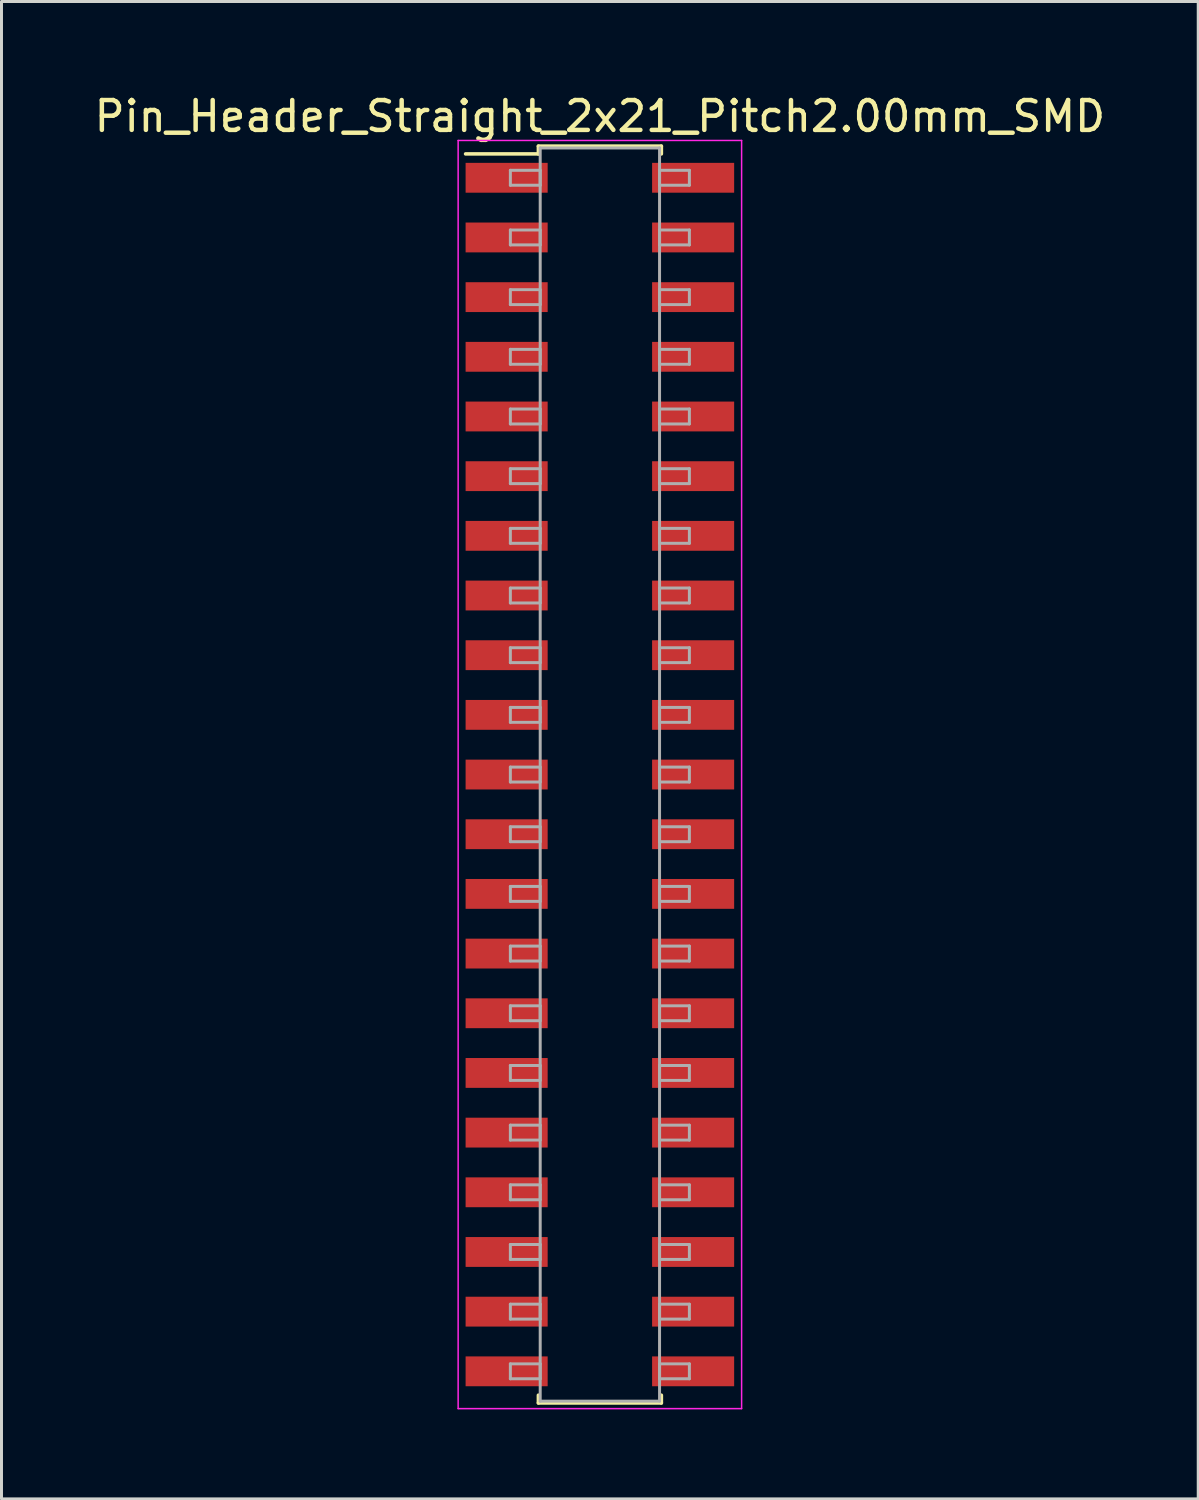
<source format=kicad_pcb>
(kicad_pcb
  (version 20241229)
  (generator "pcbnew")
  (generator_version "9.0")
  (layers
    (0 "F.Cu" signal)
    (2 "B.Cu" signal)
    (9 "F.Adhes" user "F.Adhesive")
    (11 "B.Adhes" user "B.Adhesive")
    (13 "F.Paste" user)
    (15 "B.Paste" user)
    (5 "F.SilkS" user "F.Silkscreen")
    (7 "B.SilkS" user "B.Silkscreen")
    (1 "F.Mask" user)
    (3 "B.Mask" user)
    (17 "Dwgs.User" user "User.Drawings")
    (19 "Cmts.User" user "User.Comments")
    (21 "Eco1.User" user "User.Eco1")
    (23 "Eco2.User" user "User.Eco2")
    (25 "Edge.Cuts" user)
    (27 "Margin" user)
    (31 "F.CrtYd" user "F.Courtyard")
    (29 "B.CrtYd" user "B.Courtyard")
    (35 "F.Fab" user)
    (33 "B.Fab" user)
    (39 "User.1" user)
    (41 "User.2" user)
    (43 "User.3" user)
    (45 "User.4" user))
  (footprint "Pin_Header_Straight_2x21_Pitch2.00mm_SMD"
    (layer "F.Cu")
    (at 17.054 22.908)
    (property "Reference" "Pin_Header_Straight_2x21_Pitch2.00mm_SMD" (at 0 -22.06 0) (layer "F.SilkS") (effects (font (size 1 1) (thickness 0.15))))
    (attr smd)
    (fp_line (start -4.5 -20.8) (end -2.06 -20.8) (stroke (width 0.12) (type solid)) (layer "F.SilkS"))
    (fp_line (start -2.06 -21.06) (end 2.06 -21.06) (stroke (width 0.12) (type solid)) (layer "F.SilkS"))
    (fp_line (start -2.06 -20.8) (end -2.06 -21.06) (stroke (width 0.12) (type solid)) (layer "F.SilkS"))
    (fp_line (start -2.06 20.8) (end -2.06 21.06) (stroke (width 0.12) (type solid)) (layer "F.SilkS"))
    (fp_line (start -2.06 21.06) (end 2.06 21.06) (stroke (width 0.12) (type solid)) (layer "F.SilkS"))
    (fp_line (start 2.06 -21.06) (end 2.06 -20.8) (stroke (width 0.12) (type solid)) (layer "F.SilkS"))
    (fp_line (start 2.06 21.06) (end 2.06 20.8) (stroke (width 0.12) (type solid)) (layer "F.SilkS"))
    (fp_line (start -4.75 -21.25) (end -4.75 21.25) (stroke (width 0.05) (type solid)) (layer "F.CrtYd"))
    (fp_line (start -4.75 21.25) (end 4.75 21.25) (stroke (width 0.05) (type solid)) (layer "F.CrtYd"))
    (fp_line (start 4.75 -21.25) (end -4.75 -21.25) (stroke (width 0.05) (type solid)) (layer "F.CrtYd"))
    (fp_line (start 4.75 21.25) (end 4.75 -21.25) (stroke (width 0.05) (type solid)) (layer "F.CrtYd"))
    (fp_line (start -3 -20.25) (end -2 -20.25) (stroke (width 0.1) (type solid)) (layer "F.Fab"))
    (fp_line (start -3 -19.75) (end -3 -20.25) (stroke (width 0.1) (type solid)) (layer "F.Fab"))
    (fp_line (start -3 -18.25) (end -2 -18.25) (stroke (width 0.1) (type solid)) (layer "F.Fab"))
    (fp_line (start -3 -17.75) (end -3 -18.25) (stroke (width 0.1) (type solid)) (layer "F.Fab"))
    (fp_line (start -3 -16.25) (end -2 -16.25) (stroke (width 0.1) (type solid)) (layer "F.Fab"))
    (fp_line (start -3 -15.75) (end -3 -16.25) (stroke (width 0.1) (type solid)) (layer "F.Fab"))
    (fp_line (start -3 -14.25) (end -2 -14.25) (stroke (width 0.1) (type solid)) (layer "F.Fab"))
    (fp_line (start -3 -13.75) (end -3 -14.25) (stroke (width 0.1) (type solid)) (layer "F.Fab"))
    (fp_line (start -3 -12.25) (end -2 -12.25) (stroke (width 0.1) (type solid)) (layer "F.Fab"))
    (fp_line (start -3 -11.75) (end -3 -12.25) (stroke (width 0.1) (type solid)) (layer "F.Fab"))
    (fp_line (start -3 -10.25) (end -2 -10.25) (stroke (width 0.1) (type solid)) (layer "F.Fab"))
    (fp_line (start -3 -9.75) (end -3 -10.25) (stroke (width 0.1) (type solid)) (layer "F.Fab"))
    (fp_line (start -3 -8.25) (end -2 -8.25) (stroke (width 0.1) (type solid)) (layer "F.Fab"))
    (fp_line (start -3 -7.75) (end -3 -8.25) (stroke (width 0.1) (type solid)) (layer "F.Fab"))
    (fp_line (start -3 -6.25) (end -2 -6.25) (stroke (width 0.1) (type solid)) (layer "F.Fab"))
    (fp_line (start -3 -5.75) (end -3 -6.25) (stroke (width 0.1) (type solid)) (layer "F.Fab"))
    (fp_line (start -3 -4.25) (end -2 -4.25) (stroke (width 0.1) (type solid)) (layer "F.Fab"))
    (fp_line (start -3 -3.75) (end -3 -4.25) (stroke (width 0.1) (type solid)) (layer "F.Fab"))
    (fp_line (start -3 -2.25) (end -2 -2.25) (stroke (width 0.1) (type solid)) (layer "F.Fab"))
    (fp_line (start -3 -1.75) (end -3 -2.25) (stroke (width 0.1) (type solid)) (layer "F.Fab"))
    (fp_line (start -3 -0.25) (end -2 -0.25) (stroke (width 0.1) (type solid)) (layer "F.Fab"))
    (fp_line (start -3 0.25) (end -3 -0.25) (stroke (width 0.1) (type solid)) (layer "F.Fab"))
    (fp_line (start -3 1.75) (end -2 1.75) (stroke (width 0.1) (type solid)) (layer "F.Fab"))
    (fp_line (start -3 2.25) (end -3 1.75) (stroke (width 0.1) (type solid)) (layer "F.Fab"))
    (fp_line (start -3 3.75) (end -2 3.75) (stroke (width 0.1) (type solid)) (layer "F.Fab"))
    (fp_line (start -3 4.25) (end -3 3.75) (stroke (width 0.1) (type solid)) (layer "F.Fab"))
    (fp_line (start -3 5.75) (end -2 5.75) (stroke (width 0.1) (type solid)) (layer "F.Fab"))
    (fp_line (start -3 6.25) (end -3 5.75) (stroke (width 0.1) (type solid)) (layer "F.Fab"))
    (fp_line (start -3 7.75) (end -2 7.75) (stroke (width 0.1) (type solid)) (layer "F.Fab"))
    (fp_line (start -3 8.25) (end -3 7.75) (stroke (width 0.1) (type solid)) (layer "F.Fab"))
    (fp_line (start -3 9.75) (end -2 9.75) (stroke (width 0.1) (type solid)) (layer "F.Fab"))
    (fp_line (start -3 10.25) (end -3 9.75) (stroke (width 0.1) (type solid)) (layer "F.Fab"))
    (fp_line (start -3 11.75) (end -2 11.75) (stroke (width 0.1) (type solid)) (layer "F.Fab"))
    (fp_line (start -3 12.25) (end -3 11.75) (stroke (width 0.1) (type solid)) (layer "F.Fab"))
    (fp_line (start -3 13.75) (end -2 13.75) (stroke (width 0.1) (type solid)) (layer "F.Fab"))
    (fp_line (start -3 14.25) (end -3 13.75) (stroke (width 0.1) (type solid)) (layer "F.Fab"))
    (fp_line (start -3 15.75) (end -2 15.75) (stroke (width 0.1) (type solid)) (layer "F.Fab"))
    (fp_line (start -3 16.25) (end -3 15.75) (stroke (width 0.1) (type solid)) (layer "F.Fab"))
    (fp_line (start -3 17.75) (end -2 17.75) (stroke (width 0.1) (type solid)) (layer "F.Fab"))
    (fp_line (start -3 18.25) (end -3 17.75) (stroke (width 0.1) (type solid)) (layer "F.Fab"))
    (fp_line (start -3 19.75) (end -2 19.75) (stroke (width 0.1) (type solid)) (layer "F.Fab"))
    (fp_line (start -3 20.25) (end -3 19.75) (stroke (width 0.1) (type solid)) (layer "F.Fab"))
    (fp_line (start -2 -21) (end -2 21) (stroke (width 0.1) (type solid)) (layer "F.Fab"))
    (fp_line (start -2 -20.25) (end -2 -19.75) (stroke (width 0.1) (type solid)) (layer "F.Fab"))
    (fp_line (start -2 -19.75) (end -3 -19.75) (stroke (width 0.1) (type solid)) (layer "F.Fab"))
    (fp_line (start -2 -18.25) (end -2 -17.75) (stroke (width 0.1) (type solid)) (layer "F.Fab"))
    (fp_line (start -2 -17.75) (end -3 -17.75) (stroke (width 0.1) (type solid)) (layer "F.Fab"))
    (fp_line (start -2 -16.25) (end -2 -15.75) (stroke (width 0.1) (type solid)) (layer "F.Fab"))
    (fp_line (start -2 -15.75) (end -3 -15.75) (stroke (width 0.1) (type solid)) (layer "F.Fab"))
    (fp_line (start -2 -14.25) (end -2 -13.75) (stroke (width 0.1) (type solid)) (layer "F.Fab"))
    (fp_line (start -2 -13.75) (end -3 -13.75) (stroke (width 0.1) (type solid)) (layer "F.Fab"))
    (fp_line (start -2 -12.25) (end -2 -11.75) (stroke (width 0.1) (type solid)) (layer "F.Fab"))
    (fp_line (start -2 -11.75) (end -3 -11.75) (stroke (width 0.1) (type solid)) (layer "F.Fab"))
    (fp_line (start -2 -10.25) (end -2 -9.75) (stroke (width 0.1) (type solid)) (layer "F.Fab"))
    (fp_line (start -2 -9.75) (end -3 -9.75) (stroke (width 0.1) (type solid)) (layer "F.Fab"))
    (fp_line (start -2 -8.25) (end -2 -7.75) (stroke (width 0.1) (type solid)) (layer "F.Fab"))
    (fp_line (start -2 -7.75) (end -3 -7.75) (stroke (width 0.1) (type solid)) (layer "F.Fab"))
    (fp_line (start -2 -6.25) (end -2 -5.75) (stroke (width 0.1) (type solid)) (layer "F.Fab"))
    (fp_line (start -2 -5.75) (end -3 -5.75) (stroke (width 0.1) (type solid)) (layer "F.Fab"))
    (fp_line (start -2 -4.25) (end -2 -3.75) (stroke (width 0.1) (type solid)) (layer "F.Fab"))
    (fp_line (start -2 -3.75) (end -3 -3.75) (stroke (width 0.1) (type solid)) (layer "F.Fab"))
    (fp_line (start -2 -2.25) (end -2 -1.75) (stroke (width 0.1) (type solid)) (layer "F.Fab"))
    (fp_line (start -2 -1.75) (end -3 -1.75) (stroke (width 0.1) (type solid)) (layer "F.Fab"))
    (fp_line (start -2 -0.25) (end -2 0.25) (stroke (width 0.1) (type solid)) (layer "F.Fab"))
    (fp_line (start -2 0.25) (end -3 0.25) (stroke (width 0.1) (type solid)) (layer "F.Fab"))
    (fp_line (start -2 1.75) (end -2 2.25) (stroke (width 0.1) (type solid)) (layer "F.Fab"))
    (fp_line (start -2 2.25) (end -3 2.25) (stroke (width 0.1) (type solid)) (layer "F.Fab"))
    (fp_line (start -2 3.75) (end -2 4.25) (stroke (width 0.1) (type solid)) (layer "F.Fab"))
    (fp_line (start -2 4.25) (end -3 4.25) (stroke (width 0.1) (type solid)) (layer "F.Fab"))
    (fp_line (start -2 5.75) (end -2 6.25) (stroke (width 0.1) (type solid)) (layer "F.Fab"))
    (fp_line (start -2 6.25) (end -3 6.25) (stroke (width 0.1) (type solid)) (layer "F.Fab"))
    (fp_line (start -2 7.75) (end -2 8.25) (stroke (width 0.1) (type solid)) (layer "F.Fab"))
    (fp_line (start -2 8.25) (end -3 8.25) (stroke (width 0.1) (type solid)) (layer "F.Fab"))
    (fp_line (start -2 9.75) (end -2 10.25) (stroke (width 0.1) (type solid)) (layer "F.Fab"))
    (fp_line (start -2 10.25) (end -3 10.25) (stroke (width 0.1) (type solid)) (layer "F.Fab"))
    (fp_line (start -2 11.75) (end -2 12.25) (stroke (width 0.1) (type solid)) (layer "F.Fab"))
    (fp_line (start -2 12.25) (end -3 12.25) (stroke (width 0.1) (type solid)) (layer "F.Fab"))
    (fp_line (start -2 13.75) (end -2 14.25) (stroke (width 0.1) (type solid)) (layer "F.Fab"))
    (fp_line (start -2 14.25) (end -3 14.25) (stroke (width 0.1) (type solid)) (layer "F.Fab"))
    (fp_line (start -2 15.75) (end -2 16.25) (stroke (width 0.1) (type solid)) (layer "F.Fab"))
    (fp_line (start -2 16.25) (end -3 16.25) (stroke (width 0.1) (type solid)) (layer "F.Fab"))
    (fp_line (start -2 17.75) (end -2 18.25) (stroke (width 0.1) (type solid)) (layer "F.Fab"))
    (fp_line (start -2 18.25) (end -3 18.25) (stroke (width 0.1) (type solid)) (layer "F.Fab"))
    (fp_line (start -2 19.75) (end -2 20.25) (stroke (width 0.1) (type solid)) (layer "F.Fab"))
    (fp_line (start -2 20.25) (end -3 20.25) (stroke (width 0.1) (type solid)) (layer "F.Fab"))
    (fp_line (start -2 21) (end 2 21) (stroke (width 0.1) (type solid)) (layer "F.Fab"))
    (fp_line (start 2 -21) (end -2 -21) (stroke (width 0.1) (type solid)) (layer "F.Fab"))
    (fp_line (start 2 -20.25) (end 2 -19.75) (stroke (width 0.1) (type solid)) (layer "F.Fab"))
    (fp_line (start 2 -19.75) (end 3 -19.75) (stroke (width 0.1) (type solid)) (layer "F.Fab"))
    (fp_line (start 2 -18.25) (end 2 -17.75) (stroke (width 0.1) (type solid)) (layer "F.Fab"))
    (fp_line (start 2 -17.75) (end 3 -17.75) (stroke (width 0.1) (type solid)) (layer "F.Fab"))
    (fp_line (start 2 -16.25) (end 2 -15.75) (stroke (width 0.1) (type solid)) (layer "F.Fab"))
    (fp_line (start 2 -15.75) (end 3 -15.75) (stroke (width 0.1) (type solid)) (layer "F.Fab"))
    (fp_line (start 2 -14.25) (end 2 -13.75) (stroke (width 0.1) (type solid)) (layer "F.Fab"))
    (fp_line (start 2 -13.75) (end 3 -13.75) (stroke (width 0.1) (type solid)) (layer "F.Fab"))
    (fp_line (start 2 -12.25) (end 2 -11.75) (stroke (width 0.1) (type solid)) (layer "F.Fab"))
    (fp_line (start 2 -11.75) (end 3 -11.75) (stroke (width 0.1) (type solid)) (layer "F.Fab"))
    (fp_line (start 2 -10.25) (end 2 -9.75) (stroke (width 0.1) (type solid)) (layer "F.Fab"))
    (fp_line (start 2 -9.75) (end 3 -9.75) (stroke (width 0.1) (type solid)) (layer "F.Fab"))
    (fp_line (start 2 -8.25) (end 2 -7.75) (stroke (width 0.1) (type solid)) (layer "F.Fab"))
    (fp_line (start 2 -7.75) (end 3 -7.75) (stroke (width 0.1) (type solid)) (layer "F.Fab"))
    (fp_line (start 2 -6.25) (end 2 -5.75) (stroke (width 0.1) (type solid)) (layer "F.Fab"))
    (fp_line (start 2 -5.75) (end 3 -5.75) (stroke (width 0.1) (type solid)) (layer "F.Fab"))
    (fp_line (start 2 -4.25) (end 2 -3.75) (stroke (width 0.1) (type solid)) (layer "F.Fab"))
    (fp_line (start 2 -3.75) (end 3 -3.75) (stroke (width 0.1) (type solid)) (layer "F.Fab"))
    (fp_line (start 2 -2.25) (end 2 -1.75) (stroke (width 0.1) (type solid)) (layer "F.Fab"))
    (fp_line (start 2 -1.75) (end 3 -1.75) (stroke (width 0.1) (type solid)) (layer "F.Fab"))
    (fp_line (start 2 -0.25) (end 2 0.25) (stroke (width 0.1) (type solid)) (layer "F.Fab"))
    (fp_line (start 2 0.25) (end 3 0.25) (stroke (width 0.1) (type solid)) (layer "F.Fab"))
    (fp_line (start 2 1.75) (end 2 2.25) (stroke (width 0.1) (type solid)) (layer "F.Fab"))
    (fp_line (start 2 2.25) (end 3 2.25) (stroke (width 0.1) (type solid)) (layer "F.Fab"))
    (fp_line (start 2 3.75) (end 2 4.25) (stroke (width 0.1) (type solid)) (layer "F.Fab"))
    (fp_line (start 2 4.25) (end 3 4.25) (stroke (width 0.1) (type solid)) (layer "F.Fab"))
    (fp_line (start 2 5.75) (end 2 6.25) (stroke (width 0.1) (type solid)) (layer "F.Fab"))
    (fp_line (start 2 6.25) (end 3 6.25) (stroke (width 0.1) (type solid)) (layer "F.Fab"))
    (fp_line (start 2 7.75) (end 2 8.25) (stroke (width 0.1) (type solid)) (layer "F.Fab"))
    (fp_line (start 2 8.25) (end 3 8.25) (stroke (width 0.1) (type solid)) (layer "F.Fab"))
    (fp_line (start 2 9.75) (end 2 10.25) (stroke (width 0.1) (type solid)) (layer "F.Fab"))
    (fp_line (start 2 10.25) (end 3 10.25) (stroke (width 0.1) (type solid)) (layer "F.Fab"))
    (fp_line (start 2 11.75) (end 2 12.25) (stroke (width 0.1) (type solid)) (layer "F.Fab"))
    (fp_line (start 2 12.25) (end 3 12.25) (stroke (width 0.1) (type solid)) (layer "F.Fab"))
    (fp_line (start 2 13.75) (end 2 14.25) (stroke (width 0.1) (type solid)) (layer "F.Fab"))
    (fp_line (start 2 14.25) (end 3 14.25) (stroke (width 0.1) (type solid)) (layer "F.Fab"))
    (fp_line (start 2 15.75) (end 2 16.25) (stroke (width 0.1) (type solid)) (layer "F.Fab"))
    (fp_line (start 2 16.25) (end 3 16.25) (stroke (width 0.1) (type solid)) (layer "F.Fab"))
    (fp_line (start 2 17.75) (end 2 18.25) (stroke (width 0.1) (type solid)) (layer "F.Fab"))
    (fp_line (start 2 18.25) (end 3 18.25) (stroke (width 0.1) (type solid)) (layer "F.Fab"))
    (fp_line (start 2 19.75) (end 2 20.25) (stroke (width 0.1) (type solid)) (layer "F.Fab"))
    (fp_line (start 2 20.25) (end 3 20.25) (stroke (width 0.1) (type solid)) (layer "F.Fab"))
    (fp_line (start 2 21) (end 2 -21) (stroke (width 0.1) (type solid)) (layer "F.Fab"))
    (fp_line (start 3 -20.25) (end 2 -20.25) (stroke (width 0.1) (type solid)) (layer "F.Fab"))
    (fp_line (start 3 -19.75) (end 3 -20.25) (stroke (width 0.1) (type solid)) (layer "F.Fab"))
    (fp_line (start 3 -18.25) (end 2 -18.25) (stroke (width 0.1) (type solid)) (layer "F.Fab"))
    (fp_line (start 3 -17.75) (end 3 -18.25) (stroke (width 0.1) (type solid)) (layer "F.Fab"))
    (fp_line (start 3 -16.25) (end 2 -16.25) (stroke (width 0.1) (type solid)) (layer "F.Fab"))
    (fp_line (start 3 -15.75) (end 3 -16.25) (stroke (width 0.1) (type solid)) (layer "F.Fab"))
    (fp_line (start 3 -14.25) (end 2 -14.25) (stroke (width 0.1) (type solid)) (layer "F.Fab"))
    (fp_line (start 3 -13.75) (end 3 -14.25) (stroke (width 0.1) (type solid)) (layer "F.Fab"))
    (fp_line (start 3 -12.25) (end 2 -12.25) (stroke (width 0.1) (type solid)) (layer "F.Fab"))
    (fp_line (start 3 -11.75) (end 3 -12.25) (stroke (width 0.1) (type solid)) (layer "F.Fab"))
    (fp_line (start 3 -10.25) (end 2 -10.25) (stroke (width 0.1) (type solid)) (layer "F.Fab"))
    (fp_line (start 3 -9.75) (end 3 -10.25) (stroke (width 0.1) (type solid)) (layer "F.Fab"))
    (fp_line (start 3 -8.25) (end 2 -8.25) (stroke (width 0.1) (type solid)) (layer "F.Fab"))
    (fp_line (start 3 -7.75) (end 3 -8.25) (stroke (width 0.1) (type solid)) (layer "F.Fab"))
    (fp_line (start 3 -6.25) (end 2 -6.25) (stroke (width 0.1) (type solid)) (layer "F.Fab"))
    (fp_line (start 3 -5.75) (end 3 -6.25) (stroke (width 0.1) (type solid)) (layer "F.Fab"))
    (fp_line (start 3 -4.25) (end 2 -4.25) (stroke (width 0.1) (type solid)) (layer "F.Fab"))
    (fp_line (start 3 -3.75) (end 3 -4.25) (stroke (width 0.1) (type solid)) (layer "F.Fab"))
    (fp_line (start 3 -2.25) (end 2 -2.25) (stroke (width 0.1) (type solid)) (layer "F.Fab"))
    (fp_line (start 3 -1.75) (end 3 -2.25) (stroke (width 0.1) (type solid)) (layer "F.Fab"))
    (fp_line (start 3 -0.25) (end 2 -0.25) (stroke (width 0.1) (type solid)) (layer "F.Fab"))
    (fp_line (start 3 0.25) (end 3 -0.25) (stroke (width 0.1) (type solid)) (layer "F.Fab"))
    (fp_line (start 3 1.75) (end 2 1.75) (stroke (width 0.1) (type solid)) (layer "F.Fab"))
    (fp_line (start 3 2.25) (end 3 1.75) (stroke (width 0.1) (type solid)) (layer "F.Fab"))
    (fp_line (start 3 3.75) (end 2 3.75) (stroke (width 0.1) (type solid)) (layer "F.Fab"))
    (fp_line (start 3 4.25) (end 3 3.75) (stroke (width 0.1) (type solid)) (layer "F.Fab"))
    (fp_line (start 3 5.75) (end 2 5.75) (stroke (width 0.1) (type solid)) (layer "F.Fab"))
    (fp_line (start 3 6.25) (end 3 5.75) (stroke (width 0.1) (type solid)) (layer "F.Fab"))
    (fp_line (start 3 7.75) (end 2 7.75) (stroke (width 0.1) (type solid)) (layer "F.Fab"))
    (fp_line (start 3 8.25) (end 3 7.75) (stroke (width 0.1) (type solid)) (layer "F.Fab"))
    (fp_line (start 3 9.75) (end 2 9.75) (stroke (width 0.1) (type solid)) (layer "F.Fab"))
    (fp_line (start 3 10.25) (end 3 9.75) (stroke (width 0.1) (type solid)) (layer "F.Fab"))
    (fp_line (start 3 11.75) (end 2 11.75) (stroke (width 0.1) (type solid)) (layer "F.Fab"))
    (fp_line (start 3 12.25) (end 3 11.75) (stroke (width 0.1) (type solid)) (layer "F.Fab"))
    (fp_line (start 3 13.75) (end 2 13.75) (stroke (width 0.1) (type solid)) (layer "F.Fab"))
    (fp_line (start 3 14.25) (end 3 13.75) (stroke (width 0.1) (type solid)) (layer "F.Fab"))
    (fp_line (start 3 15.75) (end 2 15.75) (stroke (width 0.1) (type solid)) (layer "F.Fab"))
    (fp_line (start 3 16.25) (end 3 15.75) (stroke (width 0.1) (type solid)) (layer "F.Fab"))
    (fp_line (start 3 17.75) (end 2 17.75) (stroke (width 0.1) (type solid)) (layer "F.Fab"))
    (fp_line (start 3 18.25) (end 3 17.75) (stroke (width 0.1) (type solid)) (layer "F.Fab"))
    (fp_line (start 3 19.75) (end 2 19.75) (stroke (width 0.1) (type solid)) (layer "F.Fab"))
    (fp_line (start 3 20.25) (end 3 19.75) (stroke (width 0.1) (type solid)) (layer "F.Fab"))
    (pad "1" smd rect (at -3.125 -20) (size 2.75 1) (layers "F.Cu" "F.Mask"))
    (pad "2" smd rect (at 3.125 -20) (size 2.75 1) (layers "F.Cu" "F.Mask"))
    (pad "3" smd rect (at -3.125 -18) (size 2.75 1) (layers "F.Cu" "F.Mask"))
    (pad "4" smd rect (at 3.125 -18) (size 2.75 1) (layers "F.Cu" "F.Mask"))
    (pad "5" smd rect (at -3.125 -16) (size 2.75 1) (layers "F.Cu" "F.Mask"))
    (pad "6" smd rect (at 3.125 -16) (size 2.75 1) (layers "F.Cu" "F.Mask"))
    (pad "7" smd rect (at -3.125 -14) (size 2.75 1) (layers "F.Cu" "F.Mask"))
    (pad "8" smd rect (at 3.125 -14) (size 2.75 1) (layers "F.Cu" "F.Mask"))
    (pad "9" smd rect (at -3.125 -12) (size 2.75 1) (layers "F.Cu" "F.Mask"))
    (pad "10" smd rect (at 3.125 -12) (size 2.75 1) (layers "F.Cu" "F.Mask"))
    (pad "11" smd rect (at -3.125 -10) (size 2.75 1) (layers "F.Cu" "F.Mask"))
    (pad "12" smd rect (at 3.125 -10) (size 2.75 1) (layers "F.Cu" "F.Mask"))
    (pad "13" smd rect (at -3.125 -8) (size 2.75 1) (layers "F.Cu" "F.Mask"))
    (pad "14" smd rect (at 3.125 -8) (size 2.75 1) (layers "F.Cu" "F.Mask"))
    (pad "15" smd rect (at -3.125 -6) (size 2.75 1) (layers "F.Cu" "F.Mask"))
    (pad "16" smd rect (at 3.125 -6) (size 2.75 1) (layers "F.Cu" "F.Mask"))
    (pad "17" smd rect (at -3.125 -4) (size 2.75 1) (layers "F.Cu" "F.Mask"))
    (pad "18" smd rect (at 3.125 -4) (size 2.75 1) (layers "F.Cu" "F.Mask"))
    (pad "19" smd rect (at -3.125 -2) (size 2.75 1) (layers "F.Cu" "F.Mask"))
    (pad "20" smd rect (at 3.125 -2) (size 2.75 1) (layers "F.Cu" "F.Mask"))
    (pad "21" smd rect (at -3.125 0) (size 2.75 1) (layers "F.Cu" "F.Mask"))
    (pad "22" smd rect (at 3.125 0) (size 2.75 1) (layers "F.Cu" "F.Mask"))
    (pad "23" smd rect (at -3.125 2) (size 2.75 1) (layers "F.Cu" "F.Mask"))
    (pad "24" smd rect (at 3.125 2) (size 2.75 1) (layers "F.Cu" "F.Mask"))
    (pad "25" smd rect (at -3.125 4) (size 2.75 1) (layers "F.Cu" "F.Mask"))
    (pad "26" smd rect (at 3.125 4) (size 2.75 1) (layers "F.Cu" "F.Mask"))
    (pad "27" smd rect (at -3.125 6) (size 2.75 1) (layers "F.Cu" "F.Mask"))
    (pad "28" smd rect (at 3.125 6) (size 2.75 1) (layers "F.Cu" "F.Mask"))
    (pad "29" smd rect (at -3.125 8) (size 2.75 1) (layers "F.Cu" "F.Mask"))
    (pad "30" smd rect (at 3.125 8) (size 2.75 1) (layers "F.Cu" "F.Mask"))
    (pad "31" smd rect (at -3.125 10) (size 2.75 1) (layers "F.Cu" "F.Mask"))
    (pad "32" smd rect (at 3.125 10) (size 2.75 1) (layers "F.Cu" "F.Mask"))
    (pad "33" smd rect (at -3.125 12) (size 2.75 1) (layers "F.Cu" "F.Mask"))
    (pad "34" smd rect (at 3.125 12) (size 2.75 1) (layers "F.Cu" "F.Mask"))
    (pad "35" smd rect (at -3.125 14) (size 2.75 1) (layers "F.Cu" "F.Mask"))
    (pad "36" smd rect (at 3.125 14) (size 2.75 1) (layers "F.Cu" "F.Mask"))
    (pad "37" smd rect (at -3.125 16) (size 2.75 1) (layers "F.Cu" "F.Mask"))
    (pad "38" smd rect (at 3.125 16) (size 2.75 1) (layers "F.Cu" "F.Mask"))
    (pad "39" smd rect (at -3.125 18) (size 2.75 1) (layers "F.Cu" "F.Mask"))
    (pad "40" smd rect (at 3.125 18) (size 2.75 1) (layers "F.Cu" "F.Mask"))
    (pad "41" smd rect (at -3.125 20) (size 2.75 1) (layers "F.Cu" "F.Mask"))
    (pad "42" smd rect (at 3.125 20) (size 2.75 1) (layers "F.Cu" "F.Mask")))
  (gr_rect
    (start -3 -3)
    (end 37.107 47.183)
    (stroke (width 0.1) (type default))
    (fill no)
    (layer "Edge.Cuts")))
</source>
